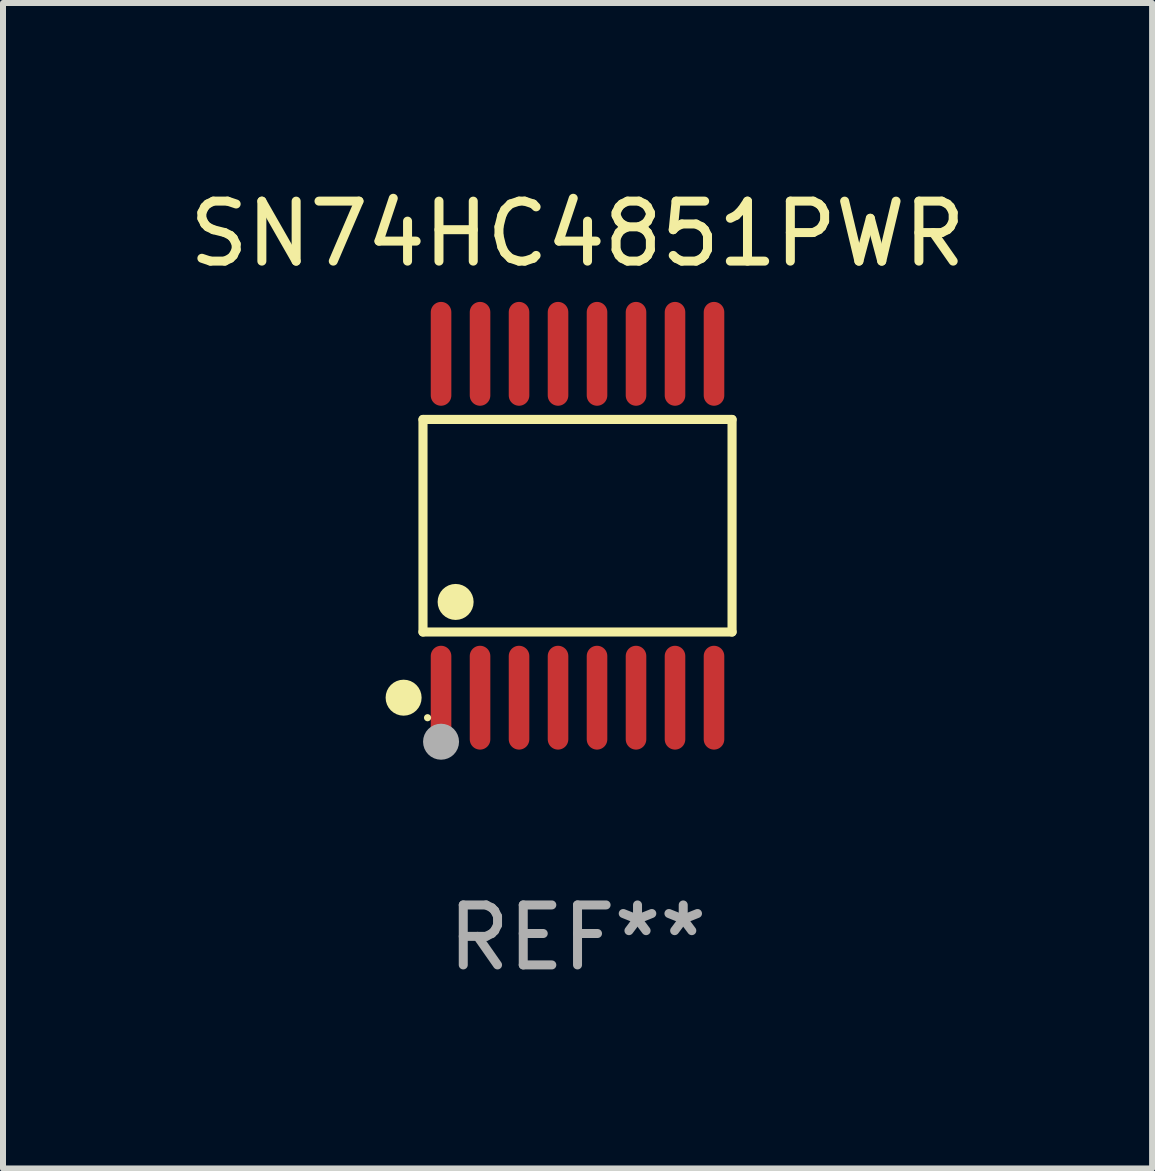
<source format=kicad_pcb>
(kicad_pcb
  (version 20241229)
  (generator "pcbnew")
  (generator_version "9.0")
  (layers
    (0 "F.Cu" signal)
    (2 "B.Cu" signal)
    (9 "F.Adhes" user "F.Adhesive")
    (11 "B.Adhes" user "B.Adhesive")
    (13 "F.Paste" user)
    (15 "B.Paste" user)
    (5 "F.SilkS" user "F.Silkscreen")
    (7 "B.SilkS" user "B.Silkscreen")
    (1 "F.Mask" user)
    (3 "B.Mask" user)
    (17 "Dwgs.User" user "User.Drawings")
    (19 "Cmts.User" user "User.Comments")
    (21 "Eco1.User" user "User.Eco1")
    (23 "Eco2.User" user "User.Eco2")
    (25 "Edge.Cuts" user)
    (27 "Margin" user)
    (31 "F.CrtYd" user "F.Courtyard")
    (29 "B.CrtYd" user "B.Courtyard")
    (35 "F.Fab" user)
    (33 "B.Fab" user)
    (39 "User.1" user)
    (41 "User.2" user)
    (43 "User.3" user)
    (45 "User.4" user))
  (footprint "SN74HC4851PWR"
    (layer "F.Cu")
    (at 6.577 5.714)
    (property "Reference" "SN74HC4851PWR" (at 0 -4.866 0) (layer "F.SilkS") (effects (font (size 1 1) (thickness 0.15))))
    (attr through_hole)
    (fp_line (start -2.576 -1.772) (end 2.576 -1.772) (stroke (width 0.152) (type solid)) (layer "F.SilkS"))
    (fp_line (start -2.576 1.771) (end -2.576 -1.772) (stroke (width 0.152) (type solid)) (layer "F.SilkS"))
    (fp_line (start 2.576 -1.772) (end 2.576 1.771) (stroke (width 0.152) (type solid)) (layer "F.SilkS"))
    (fp_line (start 2.576 1.771) (end -2.576 1.771) (stroke (width 0.152) (type solid)) (layer "F.SilkS"))
    (fp_circle (center -2.899 2.866) (end -2.749 2.866) (stroke (width 0.3) (type solid)) (fill no) (layer "F.SilkS"))
    (fp_circle (center -2.5 3.2) (end -2.47 3.2) (stroke (width 0.06) (type solid)) (fill no) (layer "F.SilkS"))
    (fp_circle (center -2.032 1.27) (end -1.882 1.27) (stroke (width 0.3) (type solid)) (fill no) (layer "F.SilkS"))
    (fp_circle (center -2.275 3.6) (end -2.125 3.6) (stroke (width 0.3) (type solid)) (fill no) (layer "F.Fab"))
    (fp_text user "REF**" (at 0 6.866 0) (layer "F.Fab") (effects (font (size 1 1) (thickness 0.15))))
    (pad "1" smd oval (at -2.275 2.866) (size 0.343 1.731) (layers "F.Cu" "F.Mask" "F.Paste"))
    (pad "2" smd oval (at -1.625 2.866) (size 0.343 1.731) (layers "F.Cu" "F.Mask" "F.Paste"))
    (pad "3" smd oval (at -0.975 2.866) (size 0.343 1.731) (layers "F.Cu" "F.Mask" "F.Paste"))
    (pad "4" smd oval (at -0.325 2.866) (size 0.343 1.731) (layers "F.Cu" "F.Mask" "F.Paste"))
    (pad "5" smd oval (at 0.325 2.866) (size 0.343 1.731) (layers "F.Cu" "F.Mask" "F.Paste"))
    (pad "6" smd oval (at 0.975 2.866) (size 0.343 1.731) (layers "F.Cu" "F.Mask" "F.Paste"))
    (pad "7" smd oval (at 1.625 2.866) (size 0.343 1.731) (layers "F.Cu" "F.Mask" "F.Paste"))
    (pad "8" smd oval (at 2.275 2.866) (size 0.343 1.731) (layers "F.Cu" "F.Mask" "F.Paste"))
    (pad "9" smd oval (at 2.275 -2.866) (size 0.343 1.731) (layers "F.Cu" "F.Mask" "F.Paste"))
    (pad "10" smd oval (at 1.625 -2.866) (size 0.343 1.731) (layers "F.Cu" "F.Mask" "F.Paste"))
    (pad "11" smd oval (at 0.975 -2.866) (size 0.343 1.731) (layers "F.Cu" "F.Mask" "F.Paste"))
    (pad "12" smd oval (at 0.325 -2.866) (size 0.343 1.731) (layers "F.Cu" "F.Mask" "F.Paste"))
    (pad "13" smd oval (at -0.325 -2.866) (size 0.343 1.731) (layers "F.Cu" "F.Mask" "F.Paste"))
    (pad "14" smd oval (at -0.975 -2.866) (size 0.343 1.731) (layers "F.Cu" "F.Mask" "F.Paste"))
    (pad "15" smd oval (at -1.625 -2.866) (size 0.343 1.731) (layers "F.Cu" "F.Mask" "F.Paste"))
    (pad "16" smd oval (at -2.275 -2.866) (size 0.343 1.731) (layers "F.Cu" "F.Mask" "F.Paste")))
  (gr_rect
    (start -3 -3)
    (end 16.155 16.428)
    (stroke (width 0.1) (type default))
    (fill no)
    (layer "Edge.Cuts")))
</source>
